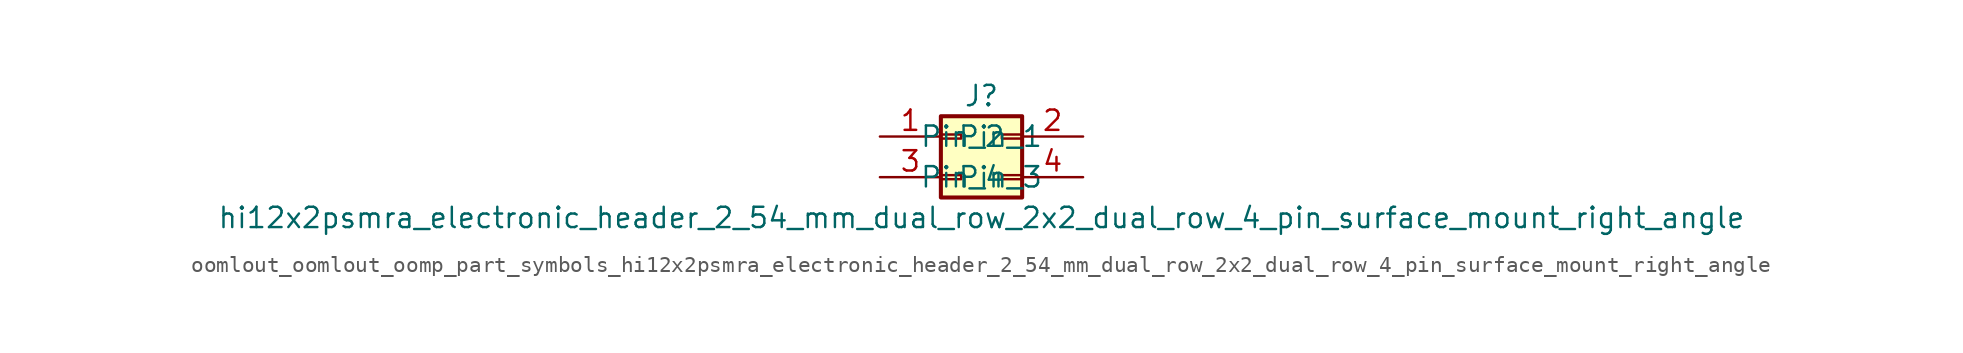
<source format=kicad_sym>
(kicad_symbol_lib
  (version 20220914)
  (generator kicad_symbol_editor)
  (symbol "oomlout_oomlout_oomp_part_symbols_hi12x2psmra_electronic_header_2_54_mm_dual_row_2x2_dual_row_4_pin_surface_mount_right_angle"
    (pin_names
      (offset 1.016))
    (property "Reference" "J"
      (at 1.27 2.54 0)
      (effects (font (size 1.27 1.27))))
    (property "Value" "hi12x2psmra_electronic_header_2_54_mm_dual_row_2x2_dual_row_4_pin_surface_mount_right_angle"
      (at 1.27 -5.08 0)
      (effects (font (size 1.27 1.27))))
    (symbol "oomlout_oomlout_oomp_part_symbols_hi12x2psmra_electronic_header_2_54_mm_dual_row_2x2_dual_row_4_pin_surface_mount_right_angle_1_1"
      (rectangle (start -1.27 -2.413) (end 0 -2.667) (stroke (width 0.152) (type default)) (fill (type none)))
      (rectangle (start -1.27 0.127) (end 0 -0.127) (stroke (width 0.152) (type default)) (fill (type none)))
      (rectangle (start -1.27 1.27) (end 3.81 -3.81) (stroke (width 0.254) (type default)) (fill (type background)))
      (rectangle (start 3.81 -2.413) (end 2.54 -2.667) (stroke (width 0.152) (type default)) (fill (type none)))
      (rectangle (start 3.81 0.127) (end 2.54 -0.127) (stroke (width 0.152) (type default)) (fill (type none)))
      (pin passive line (at -5.08 0 0) (length 3.81) (name "Pin_1" (effects (font (size 1.27 1.27)))) (number "1" (effects (font (size 1.27 1.27)))))
      (pin passive line (at 7.62 0 180) (length 3.81) (name "Pin_2" (effects (font (size 1.27 1.27)))) (number "2" (effects (font (size 1.27 1.27)))))
      (pin passive line (at -5.08 -2.54 0) (length 3.81) (name "Pin_3" (effects (font (size 1.27 1.27)))) (number "3" (effects (font (size 1.27 1.27)))))
      (pin passive line (at 7.62 -2.54 180) (length 3.81) (name "Pin_4" (effects (font (size 1.27 1.27)))) (number "4" (effects (font (size 1.27 1.27))))))))
</source>
